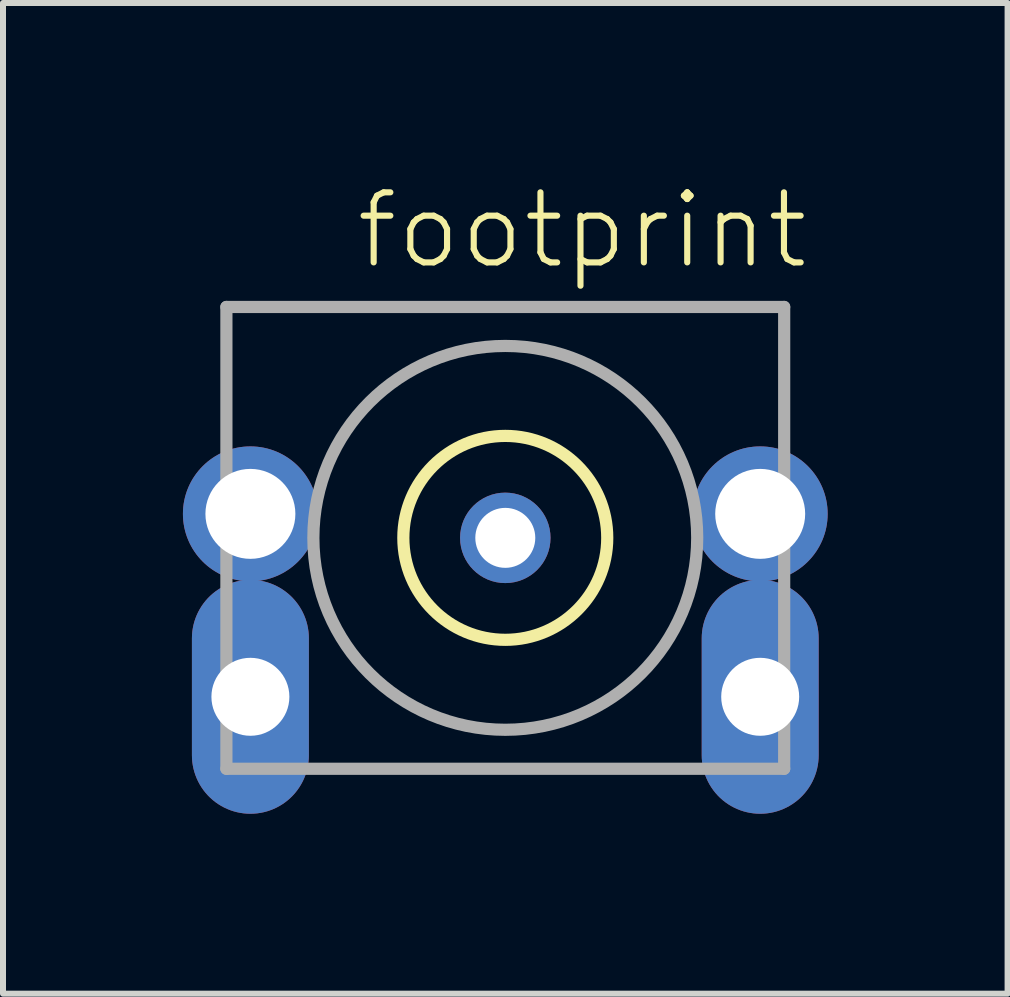
<source format=kicad_pcb>
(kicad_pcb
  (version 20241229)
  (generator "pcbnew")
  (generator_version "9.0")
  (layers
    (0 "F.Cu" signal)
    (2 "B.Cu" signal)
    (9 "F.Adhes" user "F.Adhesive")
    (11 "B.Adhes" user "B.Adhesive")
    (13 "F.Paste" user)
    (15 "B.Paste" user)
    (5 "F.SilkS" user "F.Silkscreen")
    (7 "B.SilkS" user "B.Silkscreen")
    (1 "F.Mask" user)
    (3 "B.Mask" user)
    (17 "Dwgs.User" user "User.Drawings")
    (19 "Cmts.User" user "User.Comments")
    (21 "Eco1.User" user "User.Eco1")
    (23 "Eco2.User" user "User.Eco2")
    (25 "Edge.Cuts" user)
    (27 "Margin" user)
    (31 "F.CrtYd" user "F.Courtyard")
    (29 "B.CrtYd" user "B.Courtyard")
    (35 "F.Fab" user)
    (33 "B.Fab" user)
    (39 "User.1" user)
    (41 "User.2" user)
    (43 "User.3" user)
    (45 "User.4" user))
  (footprint "footprint"
    (layer "F.Cu")
    (at 5.375 5.918)
    (property "Reference" "footprint" (at -2.54 -4.445 0) (layer "F.SilkS") (effects (font (size 1.168 1.168) (thickness 0.102)) (justify left bottom)))
    (fp_circle (center 0 0) (end 1.7 0) (stroke (width 0.203) (type solid)) (fill no) (layer "F.SilkS"))
    (fp_line (start -4.65 -3.85) (end 4.65 -3.85) (stroke (width 0.203) (type solid)) (layer "F.Fab"))
    (fp_line (start -4.65 3.85) (end -4.65 -3.85) (stroke (width 0.203) (type solid)) (layer "F.Fab"))
    (fp_line (start 4.65 -3.85) (end 4.65 3.85) (stroke (width 0.203) (type solid)) (layer "F.Fab"))
    (fp_line (start 4.65 3.85) (end -4.65 3.85) (stroke (width 0.203) (type solid)) (layer "F.Fab"))
    (fp_circle (center 0 0) (end 3.2 0) (stroke (width 0.203) (type solid)) (fill no) (layer "F.Fab"))
    (pad "1" thru_hole circle (at 0 0) (size 1.508 1.508) (drill 1) (layers "*.Cu" "*.Mask"))
    (pad "2" thru_hole circle (at -4.25 -0.4) (size 2.25 2.25) (drill 1.5) (layers "*.Cu" "*.Mask"))
    (pad "3" thru_hole circle (at 4.25 -0.4) (size 2.25 2.25) (drill 1.5) (layers "*.Cu" "*.Mask"))
    (pad "4" thru_hole oval (at 4.25 2.65 90) (size 3.9 1.95) (drill 1.3) (layers "*.Cu" "*.Mask"))
    (pad "5" thru_hole oval (at -4.25 2.65 90) (size 3.9 1.95) (drill 1.3) (layers "*.Cu" "*.Mask")))
  (gr_rect
    (start -3 -3)
    (end 13.75 13.518)
    (stroke (width 0.1) (type default))
    (fill no)
    (layer "Edge.Cuts")))
</source>
